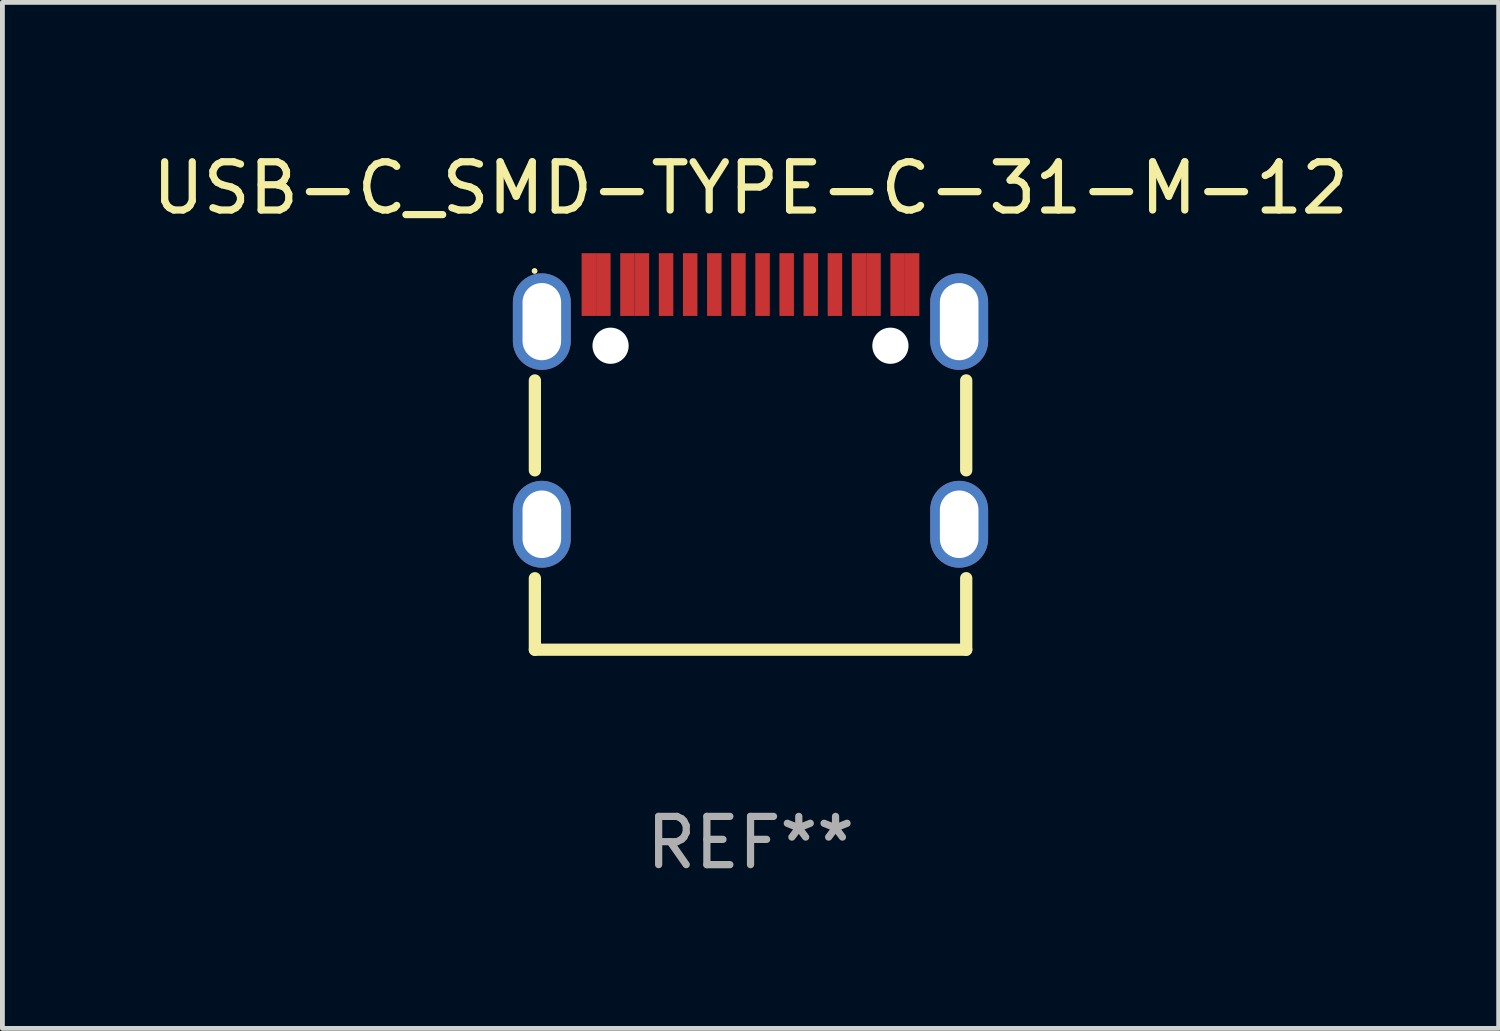
<source format=kicad_pcb>
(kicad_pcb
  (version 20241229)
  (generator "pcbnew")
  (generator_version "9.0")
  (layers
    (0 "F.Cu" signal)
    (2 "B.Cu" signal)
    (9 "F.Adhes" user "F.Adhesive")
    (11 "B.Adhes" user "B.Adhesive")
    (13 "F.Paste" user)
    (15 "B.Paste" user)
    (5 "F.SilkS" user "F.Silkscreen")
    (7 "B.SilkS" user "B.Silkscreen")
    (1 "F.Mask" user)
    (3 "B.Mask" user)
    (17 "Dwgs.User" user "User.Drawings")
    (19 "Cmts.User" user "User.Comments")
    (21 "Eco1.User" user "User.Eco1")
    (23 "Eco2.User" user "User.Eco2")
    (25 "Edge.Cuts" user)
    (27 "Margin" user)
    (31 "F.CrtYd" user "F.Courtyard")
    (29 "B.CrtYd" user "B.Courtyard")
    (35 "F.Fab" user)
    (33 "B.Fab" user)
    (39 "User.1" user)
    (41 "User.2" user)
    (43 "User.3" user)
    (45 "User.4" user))
  (footprint "USB-C_SMD-TYPE-C-31-M-12"
    (layer "F.Cu")
    (at 12.506 6.632)
    (property "Reference" "USB-C_SMD-TYPE-C-31-M-12" (at 0 -5.784 0) (layer "F.SilkS") (effects (font (size 1 1) (thickness 0.15))))
    (attr through_hole)
    (fp_line (start -4.47 0.066) (end -4.47 -1.797) (stroke (width 0.254) (type solid)) (layer "F.SilkS"))
    (fp_line (start -4.47 3.784) (end -4.47 2.303) (stroke (width 0.254) (type solid)) (layer "F.SilkS"))
    (fp_line (start 4.47 0.066) (end 4.47 -1.798) (stroke (width 0.254) (type solid)) (layer "F.SilkS"))
    (fp_line (start 4.47 3.784) (end -4.47 3.784) (stroke (width 0.254) (type solid)) (layer "F.SilkS"))
    (fp_line (start 4.47 3.784) (end 4.47 2.302) (stroke (width 0.254) (type solid)) (layer "F.SilkS"))
    (fp_circle (center -4.476 -4.066) (end -4.446 -4.066) (stroke (width 0.06) (type solid)) (fill no) (layer "F.SilkS"))
    (fp_circle (center -2.901 -2.516) (end -2.776 -2.516) (stroke (width 0.25) (type solid)) (fill no) (layer "F.Fab"))
    (fp_circle (center 2.899 -2.516) (end 3.024 -2.516) (stroke (width 0.25) (type solid)) (fill no) (layer "F.Fab"))
    (fp_text user "REF**" (at 0 7.784 0) (layer "F.Fab") (effects (font (size 1 1) (thickness 0.15))))
    (pad "" np_thru_hole circle (at -2.901 -2.516) (size 0.75 0.75) (drill 0.75) (layers "*.Cu" "*.Mask"))
    (pad "" np_thru_hole circle (at 2.899 -2.516) (size 0.75 0.75) (drill 0.75) (layers "*.Cu" "*.Mask"))
    (pad "0" thru_hole oval (at -4.326 -3.016) (size 1.2 2) (drill oval 0.8 1.6) (layers "*.Cu" "*.Mask"))
    (pad "1" thru_hole oval (at 4.324 -3.016) (size 1.2 2) (drill oval 0.8 1.6) (layers "*.Cu" "*.Mask"))
    (pad "2" thru_hole oval (at 4.324 1.184) (size 1.2 1.8) (drill oval 0.8 1.4) (layers "*.Cu" "*.Mask"))
    (pad "3" thru_hole oval (at -4.326 1.184) (size 1.2 1.8) (drill oval 0.8 1.4) (layers "*.Cu" "*.Mask"))
    (pad "A1" smd rect (at -3.351 -3.784) (size 0.3 1.3) (layers "F.Cu" "F.Mask" "F.Paste"))
    (pad "A4" smd rect (at -2.551 -3.784) (size 0.3 1.3) (layers "F.Cu" "F.Mask" "F.Paste"))
    (pad "A5" smd rect (at -1.251 -3.784) (size 0.3 1.3) (layers "F.Cu" "F.Mask" "F.Paste"))
    (pad "A6" smd rect (at -0.251 -3.784) (size 0.3 1.3) (layers "F.Cu" "F.Mask" "F.Paste"))
    (pad "A7" smd rect (at 0.249 -3.784) (size 0.3 1.3) (layers "F.Cu" "F.Mask" "F.Paste"))
    (pad "A8" smd rect (at 1.249 -3.784) (size 0.3 1.3) (layers "F.Cu" "F.Mask" "F.Paste"))
    (pad "A9" smd rect (at 2.549 -3.784) (size 0.3 1.3) (layers "F.Cu" "F.Mask" "F.Paste"))
    (pad "A12" smd rect (at 3.349 -3.784) (size 0.3 1.3) (layers "F.Cu" "F.Mask" "F.Paste"))
    (pad "B1" smd rect (at 3.049 -3.784) (size 0.3 1.3) (layers "F.Cu" "F.Mask" "F.Paste"))
    (pad "B4" smd rect (at 2.249 -3.784) (size 0.3 1.3) (layers "F.Cu" "F.Mask" "F.Paste"))
    (pad "B5" smd rect (at 1.749 -3.784) (size 0.3 1.3) (layers "F.Cu" "F.Mask" "F.Paste"))
    (pad "B6" smd rect (at 0.749 -3.784) (size 0.3 1.3) (layers "F.Cu" "F.Mask" "F.Paste"))
    (pad "B7" smd rect (at -0.751 -3.784) (size 0.3 1.3) (layers "F.Cu" "F.Mask" "F.Paste"))
    (pad "B8" smd rect (at -1.751 -3.784) (size 0.3 1.3) (layers "F.Cu" "F.Mask" "F.Paste"))
    (pad "B9" smd rect (at -2.251 -3.784) (size 0.3 1.3) (layers "F.Cu" "F.Mask" "F.Paste"))
    (pad "B12" smd rect (at -3.051 -3.784) (size 0.3 1.3) (layers "F.Cu" "F.Mask" "F.Paste")))
  (gr_rect
    (start -3 -3)
    (end 28.012 18.265)
    (stroke (width 0.1) (type default))
    (fill no)
    (layer "Edge.Cuts")))
</source>
